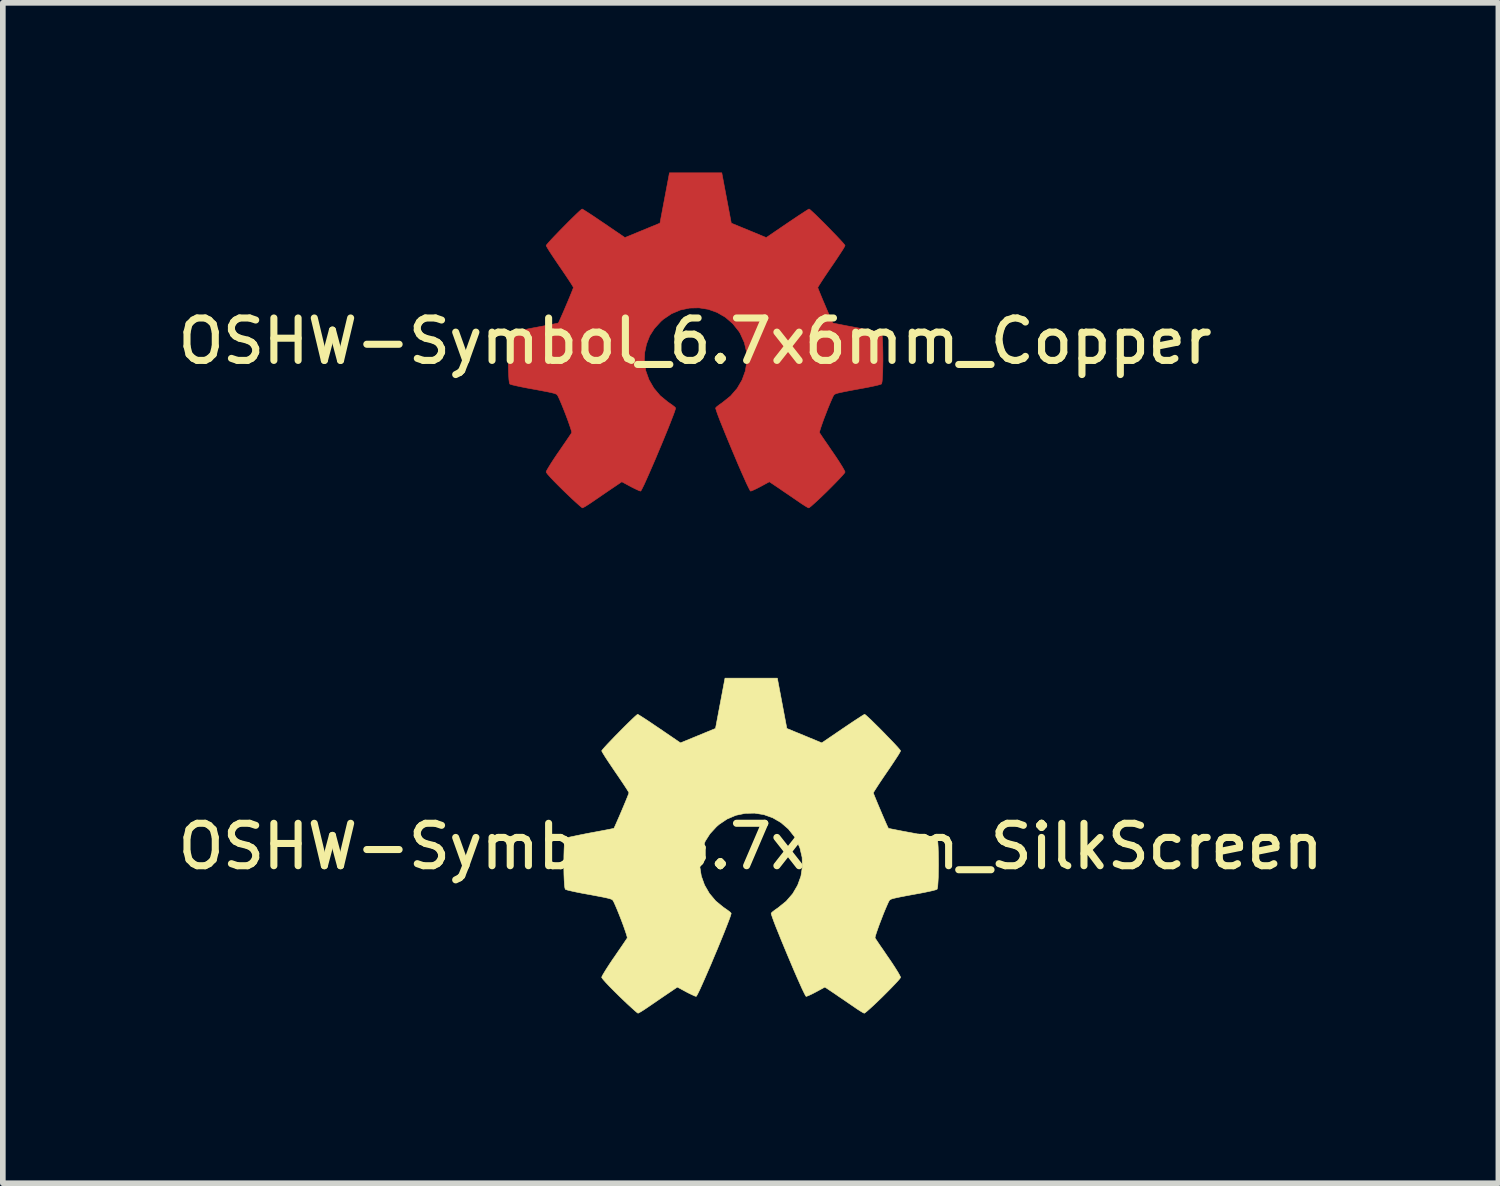
<source format=kicad_pcb>
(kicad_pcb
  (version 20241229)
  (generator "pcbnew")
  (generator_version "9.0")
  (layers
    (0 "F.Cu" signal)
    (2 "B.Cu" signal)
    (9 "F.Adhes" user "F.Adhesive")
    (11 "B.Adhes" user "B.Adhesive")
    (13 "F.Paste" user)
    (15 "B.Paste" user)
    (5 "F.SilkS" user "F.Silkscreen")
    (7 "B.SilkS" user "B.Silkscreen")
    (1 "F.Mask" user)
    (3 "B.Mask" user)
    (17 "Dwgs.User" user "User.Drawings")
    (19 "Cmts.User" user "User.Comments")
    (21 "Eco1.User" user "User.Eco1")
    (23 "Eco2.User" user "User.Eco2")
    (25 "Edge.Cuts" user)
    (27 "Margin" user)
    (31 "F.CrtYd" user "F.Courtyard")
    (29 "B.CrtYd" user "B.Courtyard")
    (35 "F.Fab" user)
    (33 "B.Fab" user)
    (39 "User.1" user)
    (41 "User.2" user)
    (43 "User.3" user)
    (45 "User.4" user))
  (footprint "OSHW-Symbol_6.7x6mm_SilkScreen"
    (layer "F.Cu")
    (at 10.22 11.914)
    (property "Reference" "OSHW-Symbol_6.7x6mm_SilkScreen" (at 0 0 0) (layer "F.SilkS") (effects (font (size 0.75 0.75) (thickness 0.125))))
    (attr exclude_from_pos_files exclude_from_bom allow_missing_courtyard)
    (fp_poly (pts (xy 0.556 -2.531) (xy 0.64 -2.086) (xy 0.949 -1.959) (xy 1.258 -1.831) (xy 1.629 -2.084) (xy 1.733 -2.154) (xy 1.827 -2.217) (xy 1.907 -2.269) (xy 1.967 -2.308) (xy 2.005 -2.331) (xy 2.015 -2.336) (xy 2.034 -2.323) (xy 2.073 -2.288) (xy 2.13 -2.235) (xy 2.198 -2.168) (xy 2.274 -2.093) (xy 2.353 -2.013) (xy 2.431 -1.932) (xy 2.504 -1.857) (xy 2.567 -1.79) (xy 2.615 -1.737) (xy 2.644 -1.702) (xy 2.651 -1.69) (xy 2.641 -1.669) (xy 2.613 -1.621) (xy 2.569 -1.553) (xy 2.513 -1.468) (xy 2.448 -1.371) (xy 2.41 -1.316) (xy 2.341 -1.215) (xy 2.28 -1.124) (xy 2.23 -1.047) (xy 2.193 -0.989) (xy 2.172 -0.955) (xy 2.169 -0.948) (xy 2.176 -0.927) (xy 2.195 -0.879) (xy 2.223 -0.811) (xy 2.257 -0.729) (xy 2.295 -0.64) (xy 2.333 -0.55) (xy 2.369 -0.467) (xy 2.4 -0.396) (xy 2.423 -0.346) (xy 2.435 -0.322) (xy 2.436 -0.321) (xy 2.455 -0.316) (xy 2.505 -0.306) (xy 2.581 -0.291) (xy 2.678 -0.272) (xy 2.791 -0.251) (xy 2.856 -0.239) (xy 2.977 -0.216) (xy 3.086 -0.194) (xy 3.177 -0.174) (xy 3.246 -0.158) (xy 3.287 -0.147) (xy 3.296 -0.143) (xy 3.304 -0.119) (xy 3.31 -0.064) (xy 3.315 0.015) (xy 3.318 0.112) (xy 3.32 0.22) (xy 3.321 0.333) (xy 3.319 0.445) (xy 3.317 0.549) (xy 3.312 0.638) (xy 3.307 0.707) (xy 3.299 0.748) (xy 3.295 0.757) (xy 3.269 0.767) (xy 3.213 0.782) (xy 3.136 0.799) (xy 3.044 0.818) (xy 3.012 0.824) (xy 2.858 0.852) (xy 2.735 0.875) (xy 2.642 0.893) (xy 2.572 0.908) (xy 2.523 0.919) (xy 2.491 0.929) (xy 2.471 0.938) (xy 2.459 0.947) (xy 2.457 0.948) (xy 2.44 0.976) (xy 2.415 1.031) (xy 2.383 1.105) (xy 2.347 1.192) (xy 2.311 1.286) (xy 2.275 1.379) (xy 2.244 1.466) (xy 2.219 1.539) (xy 2.203 1.592) (xy 2.199 1.618) (xy 2.2 1.619) (xy 2.214 1.64) (xy 2.245 1.687) (xy 2.291 1.755) (xy 2.349 1.838) (xy 2.413 1.933) (xy 2.432 1.96) (xy 2.498 2.057) (xy 2.556 2.146) (xy 2.603 2.221) (xy 2.635 2.278) (xy 2.651 2.311) (xy 2.651 2.315) (xy 2.638 2.336) (xy 2.603 2.377) (xy 2.549 2.435) (xy 2.482 2.505) (xy 2.406 2.582) (xy 2.326 2.662) (xy 2.245 2.74) (xy 2.17 2.811) (xy 2.103 2.872) (xy 2.051 2.918) (xy 2.017 2.944) (xy 2.008 2.948) (xy 1.986 2.938) (xy 1.941 2.911) (xy 1.88 2.872) (xy 1.834 2.84) (xy 1.749 2.782) (xy 1.65 2.714) (xy 1.549 2.646) (xy 1.496 2.609) (xy 1.313 2.486) (xy 1.16 2.569) (xy 1.091 2.605) (xy 1.031 2.633) (xy 0.991 2.649) (xy 0.981 2.651) (xy 0.969 2.635) (xy 0.945 2.588) (xy 0.91 2.516) (xy 0.868 2.422) (xy 0.818 2.31) (xy 0.764 2.186) (xy 0.708 2.053) (xy 0.65 1.916) (xy 0.593 1.779) (xy 0.538 1.646) (xy 0.488 1.522) (xy 0.443 1.411) (xy 0.407 1.317) (xy 0.381 1.244) (xy 0.366 1.197) (xy 0.363 1.181) (xy 0.382 1.16) (xy 0.424 1.127) (xy 0.48 1.088) (xy 0.484 1.085) (xy 0.628 0.969) (xy 0.744 0.835) (xy 0.831 0.686) (xy 0.889 0.526) (xy 0.915 0.36) (xy 0.91 0.192) (xy 0.871 0.026) (xy 0.799 -0.134) (xy 0.778 -0.169) (xy 0.667 -0.309) (xy 0.536 -0.422) (xy 0.39 -0.507) (xy 0.233 -0.563) (xy 0.069 -0.589) (xy -0.097 -0.585) (xy -0.26 -0.551) (xy -0.416 -0.485) (xy -0.56 -0.388) (xy -0.605 -0.348) (xy -0.719 -0.224) (xy -0.802 -0.094) (xy -0.859 0.052) (xy -0.89 0.197) (xy -0.898 0.36) (xy -0.872 0.523) (xy -0.815 0.682) (xy -0.729 0.831) (xy -0.617 0.964) (xy -0.482 1.075) (xy -0.464 1.087) (xy -0.408 1.126) (xy -0.365 1.159) (xy -0.345 1.18) (xy -0.344 1.181) (xy -0.349 1.204) (xy -0.366 1.256) (xy -0.395 1.333) (xy -0.433 1.431) (xy -0.478 1.545) (xy -0.53 1.672) (xy -0.585 1.806) (xy -0.643 1.943) (xy -0.7 2.08) (xy -0.757 2.211) (xy -0.81 2.333) (xy -0.858 2.441) (xy -0.899 2.532) (xy -0.932 2.599) (xy -0.954 2.64) (xy -0.963 2.651) (xy -0.99 2.643) (xy -1.04 2.62) (xy -1.106 2.588) (xy -1.142 2.569) (xy -1.295 2.486) (xy -1.477 2.609) (xy -1.57 2.672) (xy -1.672 2.742) (xy -1.767 2.807) (xy -1.815 2.84) (xy -1.882 2.885) (xy -1.939 2.921) (xy -1.979 2.943) (xy -1.991 2.948) (xy -2.01 2.935) (xy -2.051 2.9) (xy -2.11 2.847) (xy -2.185 2.778) (xy -2.269 2.698) (xy -2.323 2.646) (xy -2.416 2.554) (xy -2.497 2.472) (xy -2.562 2.403) (xy -2.608 2.351) (xy -2.631 2.319) (xy -2.633 2.312) (xy -2.623 2.287) (xy -2.594 2.237) (xy -2.551 2.167) (xy -2.496 2.082) (xy -2.432 1.986) (xy -2.413 1.96) (xy -2.347 1.863) (xy -2.287 1.776) (xy -2.238 1.704) (xy -2.202 1.65) (xy -2.183 1.622) (xy -2.181 1.619) (xy -2.184 1.596) (xy -2.199 1.545) (xy -2.223 1.474) (xy -2.253 1.389) (xy -2.288 1.296) (xy -2.325 1.202) (xy -2.361 1.113) (xy -2.393 1.038) (xy -2.419 0.981) (xy -2.437 0.95) (xy -2.438 0.948) (xy -2.449 0.94) (xy -2.468 0.931) (xy -2.498 0.921) (xy -2.543 0.91) (xy -2.608 0.896) (xy -2.697 0.879) (xy -2.813 0.857) (xy -2.962 0.83) (xy -2.994 0.824) (xy -3.089 0.805) (xy -3.172 0.787) (xy -3.235 0.772) (xy -3.271 0.76) (xy -3.276 0.757) (xy -3.284 0.732) (xy -3.291 0.677) (xy -3.296 0.597) (xy -3.3 0.5) (xy -3.302 0.392) (xy -3.302 0.279) (xy -3.301 0.167) (xy -3.298 0.064) (xy -3.294 -0.026) (xy -3.289 -0.094) (xy -3.281 -0.135) (xy -3.277 -0.143) (xy -3.253 -0.152) (xy -3.197 -0.166) (xy -3.117 -0.183) (xy -3.016 -0.204) (xy -2.901 -0.227) (xy -2.838 -0.239) (xy -2.719 -0.261) (xy -2.613 -0.281) (xy -2.524 -0.298) (xy -2.46 -0.311) (xy -2.423 -0.319) (xy -2.417 -0.321) (xy -2.407 -0.34) (xy -2.386 -0.387) (xy -2.356 -0.455) (xy -2.32 -0.537) (xy -2.282 -0.626) (xy -2.244 -0.716) (xy -2.209 -0.8) (xy -2.18 -0.871) (xy -2.16 -0.922) (xy -2.151 -0.948) (xy -2.151 -0.949) (xy -2.161 -0.968) (xy -2.189 -1.014) (xy -2.233 -1.081) (xy -2.289 -1.165) (xy -2.354 -1.261) (xy -2.392 -1.316) (xy -2.461 -1.418) (xy -2.522 -1.509) (xy -2.573 -1.587) (xy -2.61 -1.647) (xy -2.63 -1.683) (xy -2.633 -1.691) (xy -2.62 -1.709) (xy -2.585 -1.75) (xy -2.533 -1.807) (xy -2.467 -1.876) (xy -2.393 -1.953) (xy -2.314 -2.033) (xy -2.235 -2.113) (xy -2.16 -2.187) (xy -2.095 -2.25) (xy -2.043 -2.299) (xy -2.008 -2.329) (xy -1.996 -2.336) (xy -1.978 -2.326) (xy -1.933 -2.298) (xy -1.866 -2.255) (xy -1.781 -2.199) (xy -1.684 -2.133) (xy -1.611 -2.084) (xy -1.24 -1.831) (xy -0.621 -2.086) (xy -0.537 -2.531) (xy -0.453 -2.976) (xy 0.472 -2.976) (xy 0.556 -2.531)) (stroke (width 0.01) (type solid)) (fill yes) (layer "F.SilkS")))
  (footprint "OSHW-Symbol_6.7x6mm_Copper"
    (layer "F.Cu")
    (at 9.238 2.981)
    (property "Reference" "OSHW-Symbol_6.7x6mm_Copper" (at 0 0 0) (layer "F.SilkS") (effects (font (size 0.75 0.75) (thickness 0.125))))
    (attr exclude_from_pos_files exclude_from_bom allow_missing_courtyard)
    (fp_poly (pts (xy 0.556 -2.531) (xy 0.64 -2.086) (xy 0.949 -1.959) (xy 1.258 -1.831) (xy 1.629 -2.084) (xy 1.733 -2.154) (xy 1.827 -2.217) (xy 1.907 -2.269) (xy 1.967 -2.308) (xy 2.005 -2.331) (xy 2.015 -2.336) (xy 2.034 -2.323) (xy 2.073 -2.288) (xy 2.13 -2.235) (xy 2.198 -2.168) (xy 2.274 -2.093) (xy 2.353 -2.013) (xy 2.431 -1.932) (xy 2.504 -1.857) (xy 2.567 -1.79) (xy 2.615 -1.737) (xy 2.644 -1.702) (xy 2.651 -1.69) (xy 2.641 -1.669) (xy 2.613 -1.621) (xy 2.569 -1.553) (xy 2.513 -1.468) (xy 2.448 -1.371) (xy 2.41 -1.316) (xy 2.341 -1.215) (xy 2.28 -1.124) (xy 2.23 -1.047) (xy 2.193 -0.989) (xy 2.172 -0.955) (xy 2.169 -0.948) (xy 2.176 -0.927) (xy 2.195 -0.879) (xy 2.223 -0.811) (xy 2.257 -0.729) (xy 2.295 -0.64) (xy 2.333 -0.55) (xy 2.369 -0.467) (xy 2.4 -0.396) (xy 2.423 -0.346) (xy 2.435 -0.322) (xy 2.436 -0.321) (xy 2.455 -0.316) (xy 2.505 -0.306) (xy 2.581 -0.291) (xy 2.678 -0.272) (xy 2.791 -0.251) (xy 2.856 -0.239) (xy 2.977 -0.216) (xy 3.086 -0.194) (xy 3.177 -0.174) (xy 3.246 -0.158) (xy 3.287 -0.147) (xy 3.296 -0.143) (xy 3.304 -0.119) (xy 3.31 -0.064) (xy 3.315 0.015) (xy 3.318 0.112) (xy 3.32 0.22) (xy 3.321 0.333) (xy 3.319 0.445) (xy 3.317 0.549) (xy 3.312 0.638) (xy 3.307 0.707) (xy 3.299 0.748) (xy 3.295 0.757) (xy 3.269 0.767) (xy 3.213 0.782) (xy 3.136 0.799) (xy 3.044 0.818) (xy 3.012 0.824) (xy 2.858 0.852) (xy 2.735 0.875) (xy 2.642 0.893) (xy 2.572 0.908) (xy 2.523 0.919) (xy 2.491 0.929) (xy 2.471 0.938) (xy 2.459 0.947) (xy 2.457 0.948) (xy 2.44 0.976) (xy 2.415 1.031) (xy 2.383 1.105) (xy 2.347 1.192) (xy 2.311 1.286) (xy 2.275 1.379) (xy 2.244 1.466) (xy 2.219 1.539) (xy 2.203 1.592) (xy 2.199 1.618) (xy 2.2 1.619) (xy 2.214 1.64) (xy 2.245 1.687) (xy 2.291 1.755) (xy 2.349 1.838) (xy 2.413 1.933) (xy 2.432 1.96) (xy 2.498 2.057) (xy 2.556 2.146) (xy 2.603 2.221) (xy 2.635 2.278) (xy 2.651 2.311) (xy 2.651 2.315) (xy 2.638 2.336) (xy 2.603 2.377) (xy 2.549 2.435) (xy 2.482 2.505) (xy 2.406 2.582) (xy 2.326 2.662) (xy 2.245 2.74) (xy 2.17 2.811) (xy 2.103 2.872) (xy 2.051 2.918) (xy 2.017 2.944) (xy 2.008 2.948) (xy 1.986 2.938) (xy 1.941 2.911) (xy 1.88 2.872) (xy 1.834 2.84) (xy 1.749 2.782) (xy 1.65 2.714) (xy 1.549 2.646) (xy 1.496 2.609) (xy 1.313 2.486) (xy 1.16 2.569) (xy 1.091 2.605) (xy 1.031 2.633) (xy 0.991 2.649) (xy 0.981 2.651) (xy 0.969 2.635) (xy 0.945 2.588) (xy 0.91 2.516) (xy 0.868 2.422) (xy 0.818 2.31) (xy 0.764 2.186) (xy 0.708 2.053) (xy 0.65 1.916) (xy 0.593 1.779) (xy 0.538 1.646) (xy 0.488 1.522) (xy 0.443 1.411) (xy 0.407 1.317) (xy 0.381 1.244) (xy 0.366 1.197) (xy 0.363 1.181) (xy 0.382 1.16) (xy 0.424 1.127) (xy 0.48 1.088) (xy 0.484 1.085) (xy 0.628 0.969) (xy 0.744 0.835) (xy 0.831 0.686) (xy 0.889 0.526) (xy 0.915 0.36) (xy 0.91 0.192) (xy 0.871 0.026) (xy 0.799 -0.134) (xy 0.778 -0.169) (xy 0.667 -0.309) (xy 0.536 -0.422) (xy 0.39 -0.507) (xy 0.233 -0.563) (xy 0.069 -0.589) (xy -0.097 -0.585) (xy -0.26 -0.551) (xy -0.416 -0.485) (xy -0.56 -0.388) (xy -0.605 -0.348) (xy -0.719 -0.224) (xy -0.802 -0.094) (xy -0.859 0.052) (xy -0.89 0.197) (xy -0.898 0.36) (xy -0.872 0.523) (xy -0.815 0.682) (xy -0.729 0.831) (xy -0.617 0.964) (xy -0.482 1.075) (xy -0.464 1.087) (xy -0.408 1.126) (xy -0.365 1.159) (xy -0.345 1.18) (xy -0.344 1.181) (xy -0.349 1.204) (xy -0.366 1.256) (xy -0.395 1.333) (xy -0.433 1.431) (xy -0.478 1.545) (xy -0.53 1.672) (xy -0.585 1.806) (xy -0.643 1.943) (xy -0.7 2.08) (xy -0.757 2.211) (xy -0.81 2.333) (xy -0.858 2.441) (xy -0.899 2.532) (xy -0.932 2.599) (xy -0.954 2.64) (xy -0.963 2.651) (xy -0.99 2.643) (xy -1.04 2.62) (xy -1.106 2.588) (xy -1.142 2.569) (xy -1.295 2.486) (xy -1.477 2.609) (xy -1.57 2.672) (xy -1.672 2.742) (xy -1.767 2.807) (xy -1.815 2.84) (xy -1.882 2.885) (xy -1.939 2.921) (xy -1.979 2.943) (xy -1.991 2.948) (xy -2.01 2.935) (xy -2.051 2.9) (xy -2.11 2.847) (xy -2.185 2.778) (xy -2.269 2.698) (xy -2.323 2.646) (xy -2.416 2.554) (xy -2.497 2.472) (xy -2.562 2.403) (xy -2.608 2.351) (xy -2.631 2.319) (xy -2.633 2.312) (xy -2.623 2.287) (xy -2.594 2.237) (xy -2.551 2.167) (xy -2.496 2.082) (xy -2.432 1.986) (xy -2.413 1.96) (xy -2.347 1.863) (xy -2.287 1.776) (xy -2.238 1.704) (xy -2.202 1.65) (xy -2.183 1.622) (xy -2.181 1.619) (xy -2.184 1.596) (xy -2.199 1.545) (xy -2.223 1.474) (xy -2.253 1.389) (xy -2.288 1.296) (xy -2.325 1.202) (xy -2.361 1.113) (xy -2.393 1.038) (xy -2.419 0.981) (xy -2.437 0.95) (xy -2.438 0.948) (xy -2.449 0.94) (xy -2.468 0.931) (xy -2.498 0.921) (xy -2.543 0.91) (xy -2.608 0.896) (xy -2.697 0.879) (xy -2.813 0.857) (xy -2.962 0.83) (xy -2.994 0.824) (xy -3.089 0.805) (xy -3.172 0.787) (xy -3.235 0.772) (xy -3.271 0.76) (xy -3.276 0.757) (xy -3.284 0.732) (xy -3.291 0.677) (xy -3.296 0.597) (xy -3.3 0.5) (xy -3.302 0.392) (xy -3.302 0.279) (xy -3.301 0.167) (xy -3.298 0.064) (xy -3.294 -0.026) (xy -3.289 -0.094) (xy -3.281 -0.135) (xy -3.277 -0.143) (xy -3.253 -0.152) (xy -3.197 -0.166) (xy -3.117 -0.183) (xy -3.016 -0.204) (xy -2.901 -0.227) (xy -2.838 -0.239) (xy -2.719 -0.261) (xy -2.613 -0.281) (xy -2.524 -0.298) (xy -2.46 -0.311) (xy -2.423 -0.319) (xy -2.417 -0.321) (xy -2.407 -0.34) (xy -2.386 -0.387) (xy -2.356 -0.455) (xy -2.32 -0.537) (xy -2.282 -0.626) (xy -2.244 -0.716) (xy -2.209 -0.8) (xy -2.18 -0.871) (xy -2.16 -0.922) (xy -2.151 -0.948) (xy -2.151 -0.949) (xy -2.161 -0.968) (xy -2.189 -1.014) (xy -2.233 -1.081) (xy -2.289 -1.165) (xy -2.354 -1.261) (xy -2.392 -1.316) (xy -2.461 -1.418) (xy -2.522 -1.509) (xy -2.573 -1.587) (xy -2.61 -1.647) (xy -2.63 -1.683) (xy -2.633 -1.691) (xy -2.62 -1.709) (xy -2.585 -1.75) (xy -2.533 -1.807) (xy -2.467 -1.876) (xy -2.393 -1.953) (xy -2.314 -2.033) (xy -2.235 -2.113) (xy -2.16 -2.187) (xy -2.095 -2.25) (xy -2.043 -2.299) (xy -2.008 -2.329) (xy -1.996 -2.336) (xy -1.978 -2.326) (xy -1.933 -2.298) (xy -1.866 -2.255) (xy -1.781 -2.199) (xy -1.684 -2.133) (xy -1.611 -2.084) (xy -1.24 -1.831) (xy -0.621 -2.086) (xy -0.537 -2.531) (xy -0.453 -2.976) (xy 0.472 -2.976) (xy 0.556 -2.531)) (stroke (width 0.01) (type solid)) (fill yes) (layer "F.Cu")))
  (gr_rect
    (start -3 -3)
    (end 23.439 17.867)
    (stroke (width 0.1) (type default))
    (fill no)
    (layer "Edge.Cuts")))
</source>
